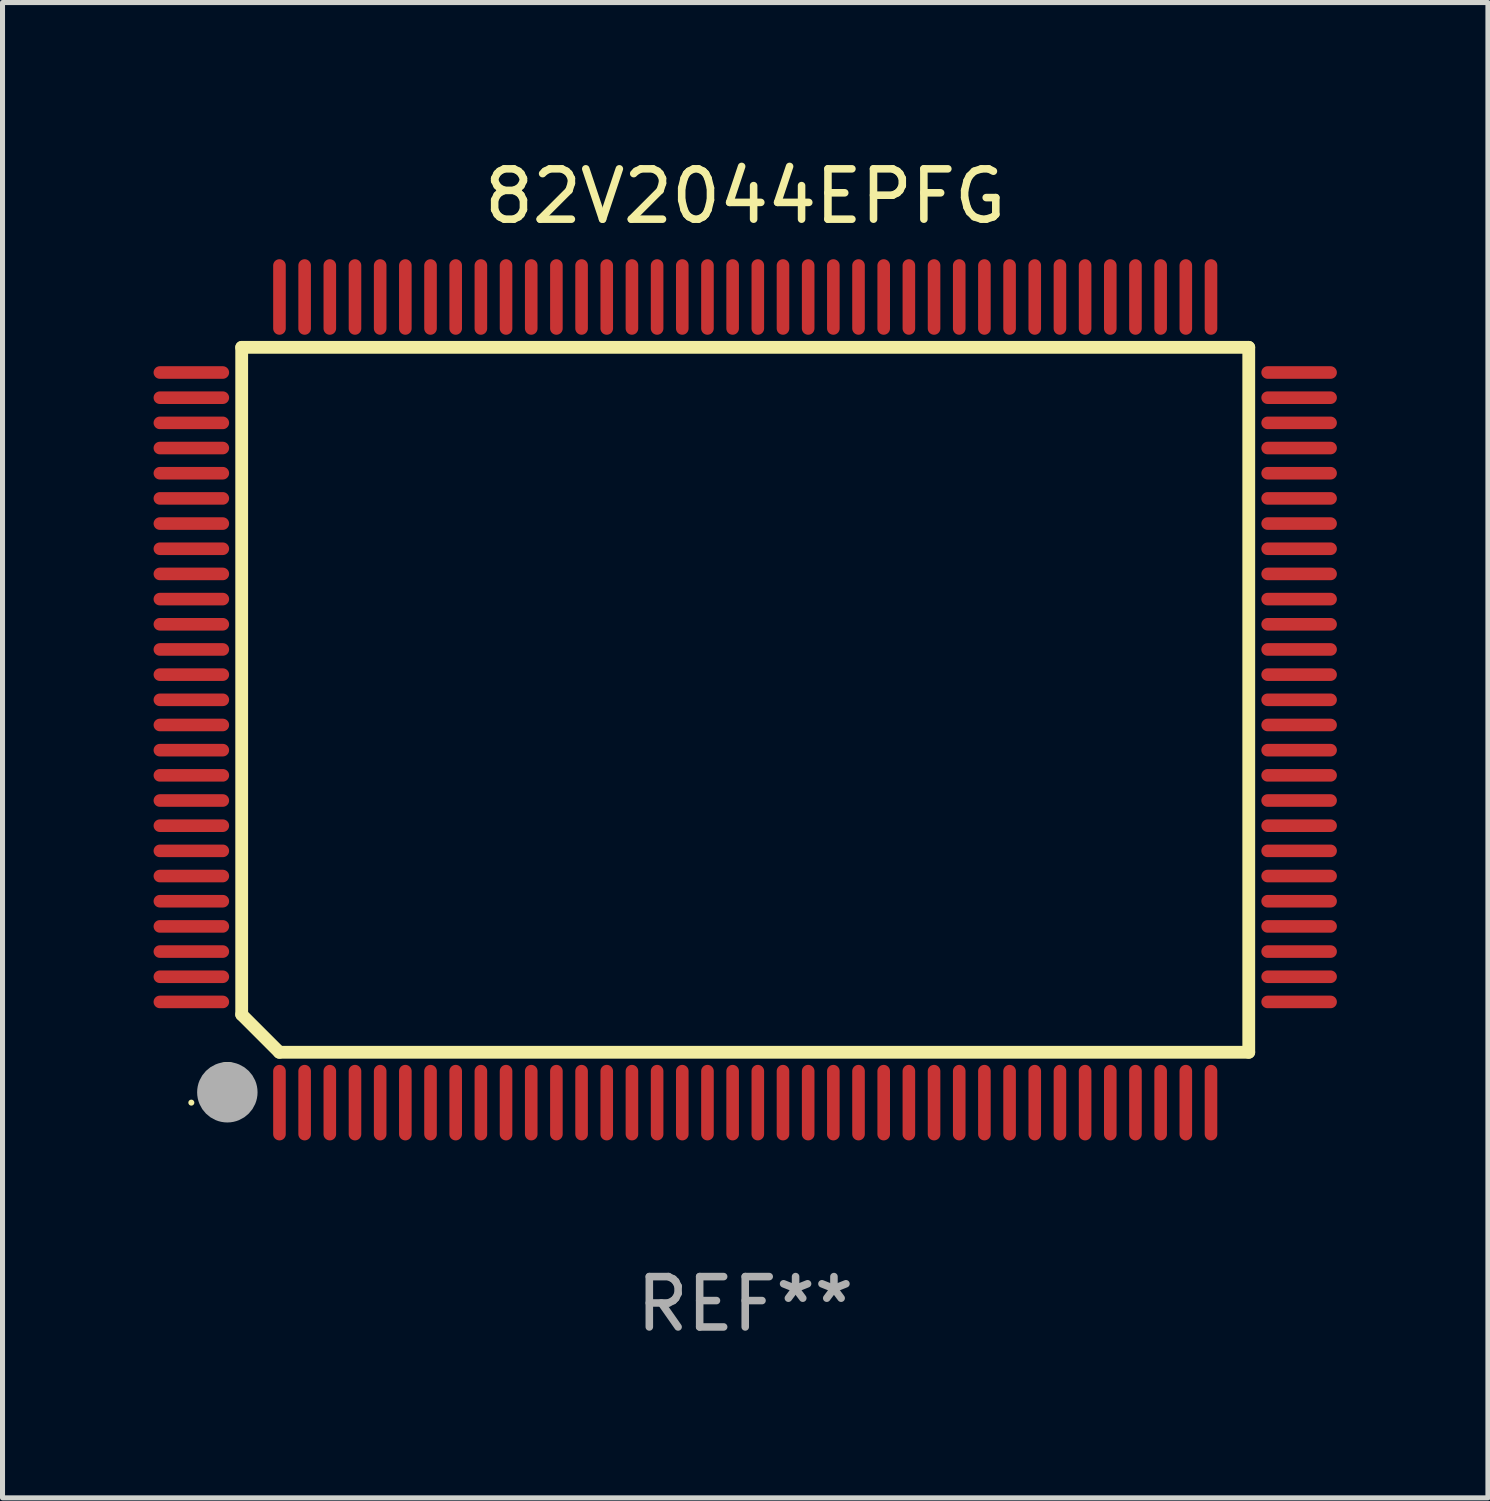
<source format=kicad_pcb>
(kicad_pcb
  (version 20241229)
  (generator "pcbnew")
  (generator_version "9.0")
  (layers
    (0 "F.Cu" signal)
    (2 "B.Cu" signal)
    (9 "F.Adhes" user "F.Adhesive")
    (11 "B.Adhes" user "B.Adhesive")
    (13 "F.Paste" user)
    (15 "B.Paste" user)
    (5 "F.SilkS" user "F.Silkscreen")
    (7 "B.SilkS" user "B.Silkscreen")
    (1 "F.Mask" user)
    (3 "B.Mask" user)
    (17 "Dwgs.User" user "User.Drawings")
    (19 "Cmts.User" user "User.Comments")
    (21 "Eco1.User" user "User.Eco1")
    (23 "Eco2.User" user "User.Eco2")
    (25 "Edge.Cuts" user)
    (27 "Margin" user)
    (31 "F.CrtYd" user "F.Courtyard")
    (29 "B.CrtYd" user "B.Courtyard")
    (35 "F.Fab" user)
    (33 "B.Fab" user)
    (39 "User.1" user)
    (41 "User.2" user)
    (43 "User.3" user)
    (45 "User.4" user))
  (footprint "82V2044EPFG"
    (layer "F.Cu")
    (at 11.75 10.848)
    (property "Reference" "82V2044EPFG" (at 0 -10 0) (layer "F.SilkS") (effects (font (size 1 1) (thickness 0.15))))
    (attr through_hole)
    (fp_line (start -10 -7) (end -10 6.25) (stroke (width 0.254) (type solid)) (layer "F.SilkS"))
    (fp_line (start -10 -7) (end 10 -7) (stroke (width 0.254) (type solid)) (layer "F.SilkS"))
    (fp_line (start -9.252 7) (end -10 6.252) (stroke (width 0.254) (type solid)) (layer "F.SilkS"))
    (fp_line (start 10 -7) (end 10 7) (stroke (width 0.254) (type solid)) (layer "F.SilkS"))
    (fp_line (start 10 7) (end -9.252 7) (stroke (width 0.254) (type solid)) (layer "F.SilkS"))
    (fp_arc (start -10.287021 7.493015) (mid -10.284481 7.493004) (end -10.281941 7.493015) (stroke (width 0.6) (type solid)) (layer "F.SilkS"))
    (fp_circle (center -11 8) (end -10.97 8) (stroke (width 0.06) (type solid)) (fill no) (layer "F.SilkS"))
    (fp_circle (center -10.285 7.794) (end -9.985 7.794) (stroke (width 0.6) (type solid)) (fill no) (layer "F.Fab"))
    (fp_text user "REF**" (at 0 12 0) (layer "F.Fab") (effects (font (size 1 1) (thickness 0.15))))
    (pad "1" smd oval (at -9.25 8) (size 0.25 1.5) (layers "F.Cu" "F.Mask" "F.Paste"))
    (pad "2" smd oval (at -8.75 8) (size 0.25 1.5) (layers "F.Cu" "F.Mask" "F.Paste"))
    (pad "3" smd oval (at -8.25 8) (size 0.25 1.5) (layers "F.Cu" "F.Mask" "F.Paste"))
    (pad "4" smd oval (at -7.75 8) (size 0.25 1.5) (layers "F.Cu" "F.Mask" "F.Paste"))
    (pad "5" smd oval (at -7.25 8) (size 0.25 1.5) (layers "F.Cu" "F.Mask" "F.Paste"))
    (pad "6" smd oval (at -6.75 8) (size 0.25 1.5) (layers "F.Cu" "F.Mask" "F.Paste"))
    (pad "7" smd oval (at -6.25 8) (size 0.25 1.5) (layers "F.Cu" "F.Mask" "F.Paste"))
    (pad "8" smd oval (at -5.75 8) (size 0.25 1.5) (layers "F.Cu" "F.Mask" "F.Paste"))
    (pad "9" smd oval (at -5.25 8) (size 0.25 1.5) (layers "F.Cu" "F.Mask" "F.Paste"))
    (pad "10" smd oval (at -4.75 8) (size 0.25 1.5) (layers "F.Cu" "F.Mask" "F.Paste"))
    (pad "11" smd oval (at -4.25 8) (size 0.25 1.5) (layers "F.Cu" "F.Mask" "F.Paste"))
    (pad "12" smd oval (at -3.75 8) (size 0.25 1.5) (layers "F.Cu" "F.Mask" "F.Paste"))
    (pad "13" smd oval (at -3.25 8) (size 0.25 1.5) (layers "F.Cu" "F.Mask" "F.Paste"))
    (pad "14" smd oval (at -2.75 8) (size 0.25 1.5) (layers "F.Cu" "F.Mask" "F.Paste"))
    (pad "15" smd oval (at -2.25 8) (size 0.25 1.5) (layers "F.Cu" "F.Mask" "F.Paste"))
    (pad "16" smd oval (at -1.75 8) (size 0.25 1.5) (layers "F.Cu" "F.Mask" "F.Paste"))
    (pad "17" smd oval (at -1.25 8) (size 0.25 1.5) (layers "F.Cu" "F.Mask" "F.Paste"))
    (pad "18" smd oval (at -0.75 8) (size 0.25 1.5) (layers "F.Cu" "F.Mask" "F.Paste"))
    (pad "19" smd oval (at -0.25 8) (size 0.25 1.5) (layers "F.Cu" "F.Mask" "F.Paste"))
    (pad "20" smd oval (at 0.25 8) (size 0.25 1.5) (layers "F.Cu" "F.Mask" "F.Paste"))
    (pad "21" smd oval (at 0.75 8) (size 0.25 1.5) (layers "F.Cu" "F.Mask" "F.Paste"))
    (pad "22" smd oval (at 1.25 8) (size 0.25 1.5) (layers "F.Cu" "F.Mask" "F.Paste"))
    (pad "23" smd oval (at 1.75 8) (size 0.25 1.5) (layers "F.Cu" "F.Mask" "F.Paste"))
    (pad "24" smd oval (at 2.25 8) (size 0.25 1.5) (layers "F.Cu" "F.Mask" "F.Paste"))
    (pad "25" smd oval (at 2.75 8) (size 0.25 1.5) (layers "F.Cu" "F.Mask" "F.Paste"))
    (pad "26" smd oval (at 3.25 8) (size 0.25 1.5) (layers "F.Cu" "F.Mask" "F.Paste"))
    (pad "27" smd oval (at 3.75 8) (size 0.25 1.5) (layers "F.Cu" "F.Mask" "F.Paste"))
    (pad "28" smd oval (at 4.25 8) (size 0.25 1.5) (layers "F.Cu" "F.Mask" "F.Paste"))
    (pad "29" smd oval (at 4.75 8) (size 0.25 1.5) (layers "F.Cu" "F.Mask" "F.Paste"))
    (pad "30" smd oval (at 5.25 8) (size 0.25 1.5) (layers "F.Cu" "F.Mask" "F.Paste"))
    (pad "31" smd oval (at 5.75 8) (size 0.25 1.5) (layers "F.Cu" "F.Mask" "F.Paste"))
    (pad "32" smd oval (at 6.25 8) (size 0.25 1.5) (layers "F.Cu" "F.Mask" "F.Paste"))
    (pad "33" smd oval (at 6.75 8 180) (size 0.25 1.5) (layers "F.Cu" "F.Mask" "F.Paste"))
    (pad "34" smd oval (at 7.25 8 180) (size 0.25 1.5) (layers "F.Cu" "F.Mask" "F.Paste"))
    (pad "35" smd oval (at 7.75 8 180) (size 0.25 1.5) (layers "F.Cu" "F.Mask" "F.Paste"))
    (pad "36" smd oval (at 8.25 8 180) (size 0.25 1.5) (layers "F.Cu" "F.Mask" "F.Paste"))
    (pad "37" smd oval (at 8.75 8 180) (size 0.25 1.5) (layers "F.Cu" "F.Mask" "F.Paste"))
    (pad "38" smd oval (at 9.25 8 180) (size 0.25 1.5) (layers "F.Cu" "F.Mask" "F.Paste"))
    (pad "39" smd oval (at 11 6 270) (size 0.25 1.5) (layers "F.Cu" "F.Mask" "F.Paste"))
    (pad "40" smd oval (at 11 5.5 270) (size 0.25 1.5) (layers "F.Cu" "F.Mask" "F.Paste"))
    (pad "41" smd oval (at 11 5 270) (size 0.25 1.5) (layers "F.Cu" "F.Mask" "F.Paste"))
    (pad "42" smd oval (at 11 4.5 270) (size 0.25 1.5) (layers "F.Cu" "F.Mask" "F.Paste"))
    (pad "43" smd oval (at 11 4 270) (size 0.25 1.5) (layers "F.Cu" "F.Mask" "F.Paste"))
    (pad "44" smd oval (at 11 3.5 270) (size 0.25 1.5) (layers "F.Cu" "F.Mask" "F.Paste"))
    (pad "45" smd oval (at 11 3 270) (size 0.25 1.5) (layers "F.Cu" "F.Mask" "F.Paste"))
    (pad "46" smd oval (at 11 2.5 270) (size 0.25 1.5) (layers "F.Cu" "F.Mask" "F.Paste"))
    (pad "47" smd oval (at 11 2 270) (size 0.25 1.5) (layers "F.Cu" "F.Mask" "F.Paste"))
    (pad "48" smd oval (at 11 1.5 270) (size 0.25 1.5) (layers "F.Cu" "F.Mask" "F.Paste"))
    (pad "49" smd oval (at 11 1 270) (size 0.25 1.5) (layers "F.Cu" "F.Mask" "F.Paste"))
    (pad "50" smd oval (at 11 0.5 270) (size 0.25 1.5) (layers "F.Cu" "F.Mask" "F.Paste"))
    (pad "51" smd oval (at 11 0 270) (size 0.25 1.5) (layers "F.Cu" "F.Mask" "F.Paste"))
    (pad "52" smd oval (at 11 -0.5 270) (size 0.25 1.5) (layers "F.Cu" "F.Mask" "F.Paste"))
    (pad "53" smd oval (at 11 -1 270) (size 0.25 1.5) (layers "F.Cu" "F.Mask" "F.Paste"))
    (pad "54" smd oval (at 11 -1.5 270) (size 0.25 1.5) (layers "F.Cu" "F.Mask" "F.Paste"))
    (pad "55" smd oval (at 11 -2 270) (size 0.25 1.5) (layers "F.Cu" "F.Mask" "F.Paste"))
    (pad "56" smd oval (at 11 -2.5 270) (size 0.25 1.5) (layers "F.Cu" "F.Mask" "F.Paste"))
    (pad "57" smd oval (at 11 -3 270) (size 0.25 1.5) (layers "F.Cu" "F.Mask" "F.Paste"))
    (pad "58" smd oval (at 11 -3.5 270) (size 0.25 1.5) (layers "F.Cu" "F.Mask" "F.Paste"))
    (pad "59" smd oval (at 11 -4 270) (size 0.25 1.5) (layers "F.Cu" "F.Mask" "F.Paste"))
    (pad "60" smd oval (at 11 -4.5 270) (size 0.25 1.5) (layers "F.Cu" "F.Mask" "F.Paste"))
    (pad "61" smd oval (at 11 -5 270) (size 0.25 1.5) (layers "F.Cu" "F.Mask" "F.Paste"))
    (pad "62" smd oval (at 11 -5.5 270) (size 0.25 1.5) (layers "F.Cu" "F.Mask" "F.Paste"))
    (pad "63" smd oval (at 11 -6 270) (size 0.25 1.5) (layers "F.Cu" "F.Mask" "F.Paste"))
    (pad "64" smd oval (at 11 -6.5 270) (size 0.25 1.5) (layers "F.Cu" "F.Mask" "F.Paste"))
    (pad "65" smd oval (at 9.25 -8 180) (size 0.25 1.5) (layers "F.Cu" "F.Mask" "F.Paste"))
    (pad "66" smd oval (at 8.75 -8 180) (size 0.25 1.5) (layers "F.Cu" "F.Mask" "F.Paste"))
    (pad "67" smd oval (at 8.25 -8 180) (size 0.25 1.5) (layers "F.Cu" "F.Mask" "F.Paste"))
    (pad "68" smd oval (at 7.75 -8 180) (size 0.25 1.5) (layers "F.Cu" "F.Mask" "F.Paste"))
    (pad "69" smd oval (at 7.25 -8 180) (size 0.25 1.5) (layers "F.Cu" "F.Mask" "F.Paste"))
    (pad "70" smd oval (at 6.75 -8 180) (size 0.25 1.5) (layers "F.Cu" "F.Mask" "F.Paste"))
    (pad "71" smd oval (at 6.25 -8 180) (size 0.25 1.5) (layers "F.Cu" "F.Mask" "F.Paste"))
    (pad "72" smd oval (at 5.75 -8 180) (size 0.25 1.5) (layers "F.Cu" "F.Mask" "F.Paste"))
    (pad "73" smd oval (at 5.25 -8 180) (size 0.25 1.5) (layers "F.Cu" "F.Mask" "F.Paste"))
    (pad "74" smd oval (at 4.75 -8 180) (size 0.25 1.5) (layers "F.Cu" "F.Mask" "F.Paste"))
    (pad "75" smd oval (at 4.25 -8 180) (size 0.25 1.5) (layers "F.Cu" "F.Mask" "F.Paste"))
    (pad "76" smd oval (at 3.75 -8 180) (size 0.25 1.5) (layers "F.Cu" "F.Mask" "F.Paste"))
    (pad "77" smd oval (at 3.25 -8 180) (size 0.25 1.5) (layers "F.Cu" "F.Mask" "F.Paste"))
    (pad "78" smd oval (at 2.75 -8 180) (size 0.25 1.5) (layers "F.Cu" "F.Mask" "F.Paste"))
    (pad "79" smd oval (at 2.25 -8 180) (size 0.25 1.5) (layers "F.Cu" "F.Mask" "F.Paste"))
    (pad "80" smd oval (at 1.75 -8 180) (size 0.25 1.5) (layers "F.Cu" "F.Mask" "F.Paste"))
    (pad "81" smd oval (at 1.25 -8 180) (size 0.25 1.5) (layers "F.Cu" "F.Mask" "F.Paste"))
    (pad "82" smd oval (at 0.75 -8 180) (size 0.25 1.5) (layers "F.Cu" "F.Mask" "F.Paste"))
    (pad "83" smd oval (at 0.25 -8 180) (size 0.25 1.5) (layers "F.Cu" "F.Mask" "F.Paste"))
    (pad "84" smd oval (at -0.25 -8 180) (size 0.25 1.5) (layers "F.Cu" "F.Mask" "F.Paste"))
    (pad "85" smd oval (at -0.75 -8 180) (size 0.25 1.5) (layers "F.Cu" "F.Mask" "F.Paste"))
    (pad "86" smd oval (at -1.25 -8 180) (size 0.25 1.5) (layers "F.Cu" "F.Mask" "F.Paste"))
    (pad "87" smd oval (at -1.75 -8 180) (size 0.25 1.5) (layers "F.Cu" "F.Mask" "F.Paste"))
    (pad "88" smd oval (at -2.25 -8 180) (size 0.25 1.5) (layers "F.Cu" "F.Mask" "F.Paste"))
    (pad "89" smd oval (at -2.75 -8 180) (size 0.25 1.5) (layers "F.Cu" "F.Mask" "F.Paste"))
    (pad "90" smd oval (at -3.25 -8 180) (size 0.25 1.5) (layers "F.Cu" "F.Mask" "F.Paste"))
    (pad "91" smd oval (at -3.75 -8 180) (size 0.25 1.5) (layers "F.Cu" "F.Mask" "F.Paste"))
    (pad "92" smd oval (at -4.25 -8 180) (size 0.25 1.5) (layers "F.Cu" "F.Mask" "F.Paste"))
    (pad "93" smd oval (at -4.75 -8 180) (size 0.25 1.5) (layers "F.Cu" "F.Mask" "F.Paste"))
    (pad "94" smd oval (at -5.25 -8 180) (size 0.25 1.5) (layers "F.Cu" "F.Mask" "F.Paste"))
    (pad "95" smd oval (at -5.75 -8 180) (size 0.25 1.5) (layers "F.Cu" "F.Mask" "F.Paste"))
    (pad "96" smd oval (at -6.25 -8 180) (size 0.25 1.5) (layers "F.Cu" "F.Mask" "F.Paste"))
    (pad "97" smd oval (at -6.75 -8 180) (size 0.25 1.5) (layers "F.Cu" "F.Mask" "F.Paste"))
    (pad "98" smd oval (at -7.25 -8 180) (size 0.25 1.5) (layers "F.Cu" "F.Mask" "F.Paste"))
    (pad "99" smd oval (at -7.75 -8 180) (size 0.25 1.5) (layers "F.Cu" "F.Mask" "F.Paste"))
    (pad "100" smd oval (at -8.25 -8 180) (size 0.25 1.5) (layers "F.Cu" "F.Mask" "F.Paste"))
    (pad "101" smd oval (at -8.75 -8 180) (size 0.25 1.5) (layers "F.Cu" "F.Mask" "F.Paste"))
    (pad "102" smd oval (at -9.25 -8) (size 0.25 1.5) (layers "F.Cu" "F.Mask" "F.Paste"))
    (pad "103" smd oval (at -11 -6.5 270) (size 0.25 1.5) (layers "F.Cu" "F.Mask" "F.Paste"))
    (pad "104" smd oval (at -11 -6 270) (size 0.25 1.5) (layers "F.Cu" "F.Mask" "F.Paste"))
    (pad "105" smd oval (at -11 -5.5 270) (size 0.25 1.5) (layers "F.Cu" "F.Mask" "F.Paste"))
    (pad "106" smd oval (at -11 -5 270) (size 0.25 1.5) (layers "F.Cu" "F.Mask" "F.Paste"))
    (pad "107" smd oval (at -11 -4.5 270) (size 0.25 1.5) (layers "F.Cu" "F.Mask" "F.Paste"))
    (pad "108" smd oval (at -11 -4 270) (size 0.25 1.5) (layers "F.Cu" "F.Mask" "F.Paste"))
    (pad "109" smd oval (at -11 -3.5 270) (size 0.25 1.5) (layers "F.Cu" "F.Mask" "F.Paste"))
    (pad "110" smd oval (at -11 -3 270) (size 0.25 1.5) (layers "F.Cu" "F.Mask" "F.Paste"))
    (pad "111" smd oval (at -11 -2.5 270) (size 0.25 1.5) (layers "F.Cu" "F.Mask" "F.Paste"))
    (pad "112" smd oval (at -11 -2 270) (size 0.25 1.5) (layers "F.Cu" "F.Mask" "F.Paste"))
    (pad "113" smd oval (at -11 -1.5 270) (size 0.25 1.5) (layers "F.Cu" "F.Mask" "F.Paste"))
    (pad "114" smd oval (at -11 -1 270) (size 0.25 1.5) (layers "F.Cu" "F.Mask" "F.Paste"))
    (pad "115" smd oval (at -11 -0.5 270) (size 0.25 1.5) (layers "F.Cu" "F.Mask" "F.Paste"))
    (pad "116" smd oval (at -11 0 270) (size 0.25 1.5) (layers "F.Cu" "F.Mask" "F.Paste"))
    (pad "117" smd oval (at -11 0.5 270) (size 0.25 1.5) (layers "F.Cu" "F.Mask" "F.Paste"))
    (pad "118" smd oval (at -11 1 270) (size 0.25 1.5) (layers "F.Cu" "F.Mask" "F.Paste"))
    (pad "119" smd oval (at -11 1.5 270) (size 0.25 1.5) (layers "F.Cu" "F.Mask" "F.Paste"))
    (pad "120" smd oval (at -11 2 270) (size 0.25 1.5) (layers "F.Cu" "F.Mask" "F.Paste"))
    (pad "121" smd oval (at -11 2.5 270) (size 0.25 1.5) (layers "F.Cu" "F.Mask" "F.Paste"))
    (pad "122" smd oval (at -11 3 270) (size 0.25 1.5) (layers "F.Cu" "F.Mask" "F.Paste"))
    (pad "123" smd oval (at -11 3.5 270) (size 0.25 1.5) (layers "F.Cu" "F.Mask" "F.Paste"))
    (pad "124" smd oval (at -11 4 270) (size 0.25 1.5) (layers "F.Cu" "F.Mask" "F.Paste"))
    (pad "125" smd oval (at -11 4.5 270) (size 0.25 1.5) (layers "F.Cu" "F.Mask" "F.Paste"))
    (pad "126" smd oval (at -11 5 270) (size 0.25 1.5) (layers "F.Cu" "F.Mask" "F.Paste"))
    (pad "127" smd oval (at -11 5.5 270) (size 0.25 1.5) (layers "F.Cu" "F.Mask" "F.Paste"))
    (pad "128" smd oval (at -11 6 270) (size 0.25 1.5) (layers "F.Cu" "F.Mask" "F.Paste")))
  (gr_rect
    (start -3 -3)
    (end 26.5 26.697)
    (stroke (width 0.1) (type default))
    (fill no)
    (layer "Edge.Cuts")))
</source>
